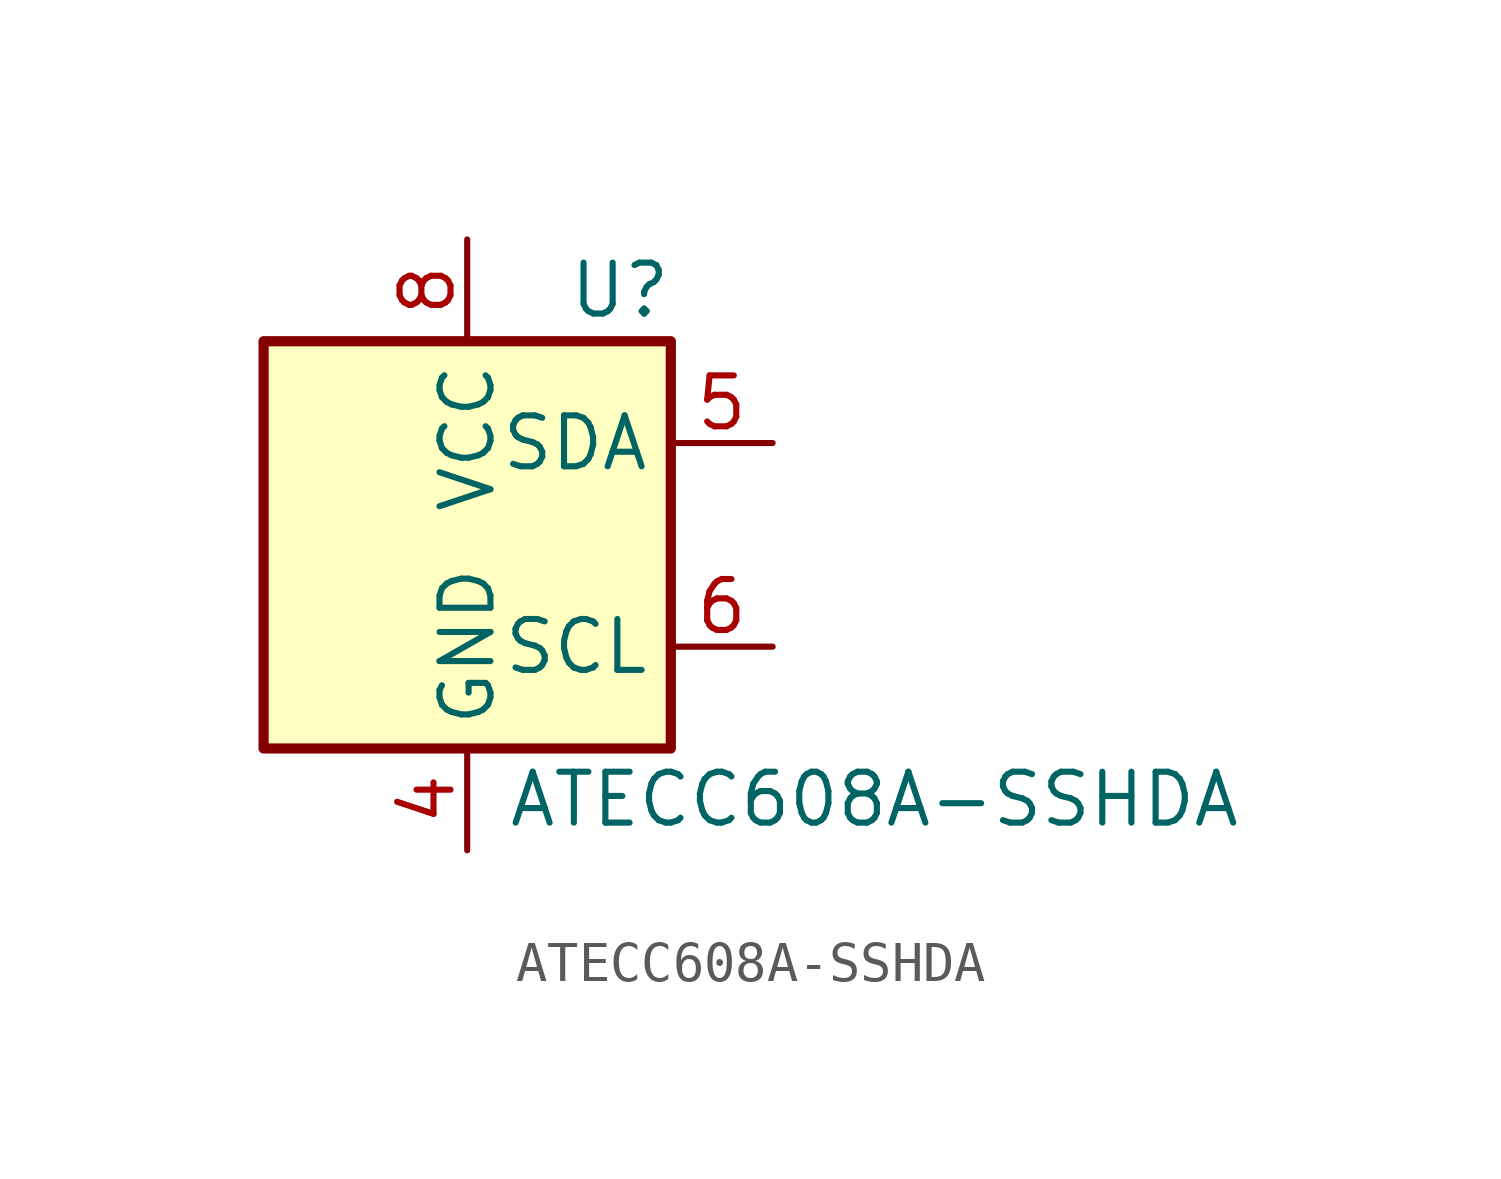
<source format=kicad_sym>
(kicad_symbol_lib
  (version 20201005)
  (generator kicad_symbol_editor)
  (symbol "ATECC608A-SSHDA"
    (property "Reference" "U"
      (at 3.81 6.35 0)
      (effects (font (size 1.27 1.27))))
    (property "Value" "ATECC608A-SSHDA"
      (at 10.16 -6.35 0)
      (effects (font (size 1.27 1.27))))
    (symbol "ATECC608A-SSHDA_0_1"
      (rectangle (start -5.08 5.08) (end 5.08 -5.08) (stroke (width 0.254)) (fill (type background))))
    (symbol "ATECC608A-SSHDA_1_1"
      (pin power_in line (at 0 -7.62 90) (length 2.54) (name "GND" (effects (font (size 1.27 1.27)))) (number "4" (effects (font (size 1.27 1.27)))))
      (pin bidirectional line (at 7.62 2.54 180) (length 2.54) (name "SDA" (effects (font (size 1.27 1.27)))) (number "5" (effects (font (size 1.27 1.27)))))
      (pin input line (at 7.62 -2.54 180) (length 2.54) (name "SCL" (effects (font (size 1.27 1.27)))) (number "6" (effects (font (size 1.27 1.27)))))
      (pin power_in line (at 0 7.62 270) (length 2.54) (name "VCC" (effects (font (size 1.27 1.27)))) (number "8" (effects (font (size 1.27 1.27))))))))
</source>
